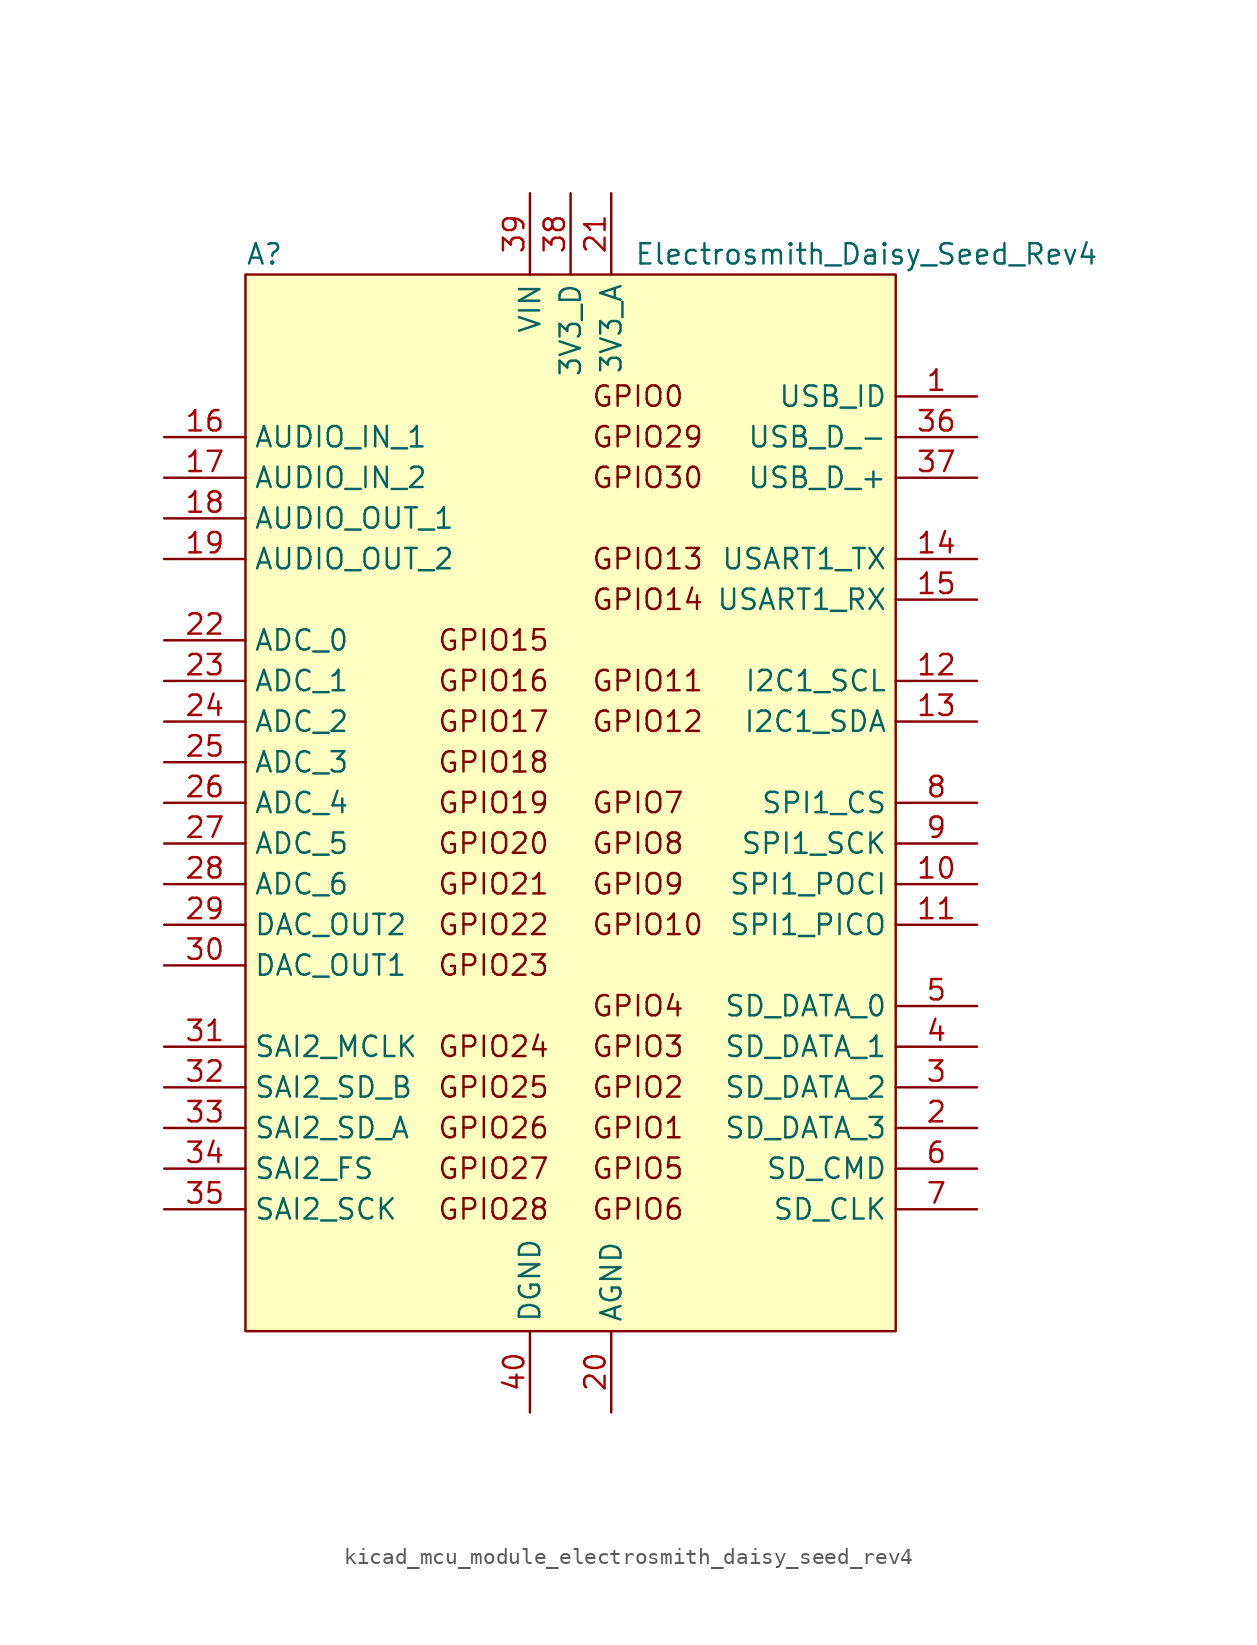
<source format=kicad_sym>
(kicad_symbol_lib
  (version 20220914)
  (generator kicad_symbol_editor)
  (symbol "kicad_mcu_module_electrosmith_daisy_seed_rev4"
    (property "Reference" "A"
      (at -20.32 34.29 0)
      (effects (font (size 1.27 1.27)) (justify left)))
    (property "Value" "Electrosmith_Daisy_Seed_Rev4"
      (at 33.02 34.29 0)
      (effects (font (size 1.27 1.27)) (justify right)))
    (symbol "kicad_mcu_module_electrosmith_daisy_seed_rev4_0_0"
      (text "GPIO0" (at 1.27 25.4 0) (effects (font (size 1.27 1.27)) (justify left)))
      (text "GPIO1" (at 1.27 -20.32 0) (effects (font (size 1.27 1.27)) (justify left)))
      (text "GPIO10" (at 1.27 -7.62 0) (effects (font (size 1.27 1.27)) (justify left)))
      (text "GPIO11" (at 1.27 7.62 0) (effects (font (size 1.27 1.27)) (justify left)))
      (text "GPIO12" (at 1.27 5.08 0) (effects (font (size 1.27 1.27)) (justify left)))
      (text "GPIO13" (at 1.27 15.24 0) (effects (font (size 1.27 1.27)) (justify left)))
      (text "GPIO14" (at 1.27 12.7 0) (effects (font (size 1.27 1.27)) (justify left)))
      (text "GPIO15" (at -1.27 10.16 0) (effects (font (size 1.27 1.27)) (justify right)))
      (text "GPIO16" (at -1.27 7.62 0) (effects (font (size 1.27 1.27)) (justify right)))
      (text "GPIO17" (at -1.27 5.08 0) (effects (font (size 1.27 1.27)) (justify right)))
      (text "GPIO18" (at -1.27 2.54 0) (effects (font (size 1.27 1.27)) (justify right)))
      (text "GPIO19" (at -1.27 0 0) (effects (font (size 1.27 1.27)) (justify right)))
      (text "GPIO2" (at 1.27 -17.78 0) (effects (font (size 1.27 1.27)) (justify left)))
      (text "GPIO20" (at -1.27 -2.54 0) (effects (font (size 1.27 1.27)) (justify right)))
      (text "GPIO21" (at -1.27 -5.08 0) (effects (font (size 1.27 1.27)) (justify right)))
      (text "GPIO22" (at -1.27 -7.62 0) (effects (font (size 1.27 1.27)) (justify right)))
      (text "GPIO23" (at -1.27 -10.16 0) (effects (font (size 1.27 1.27)) (justify right)))
      (text "GPIO24" (at -1.27 -15.24 0) (effects (font (size 1.27 1.27)) (justify right)))
      (text "GPIO25" (at -1.27 -17.78 0) (effects (font (size 1.27 1.27)) (justify right)))
      (text "GPIO26" (at -1.27 -20.32 0) (effects (font (size 1.27 1.27)) (justify right)))
      (text "GPIO27" (at -1.27 -22.86 0) (effects (font (size 1.27 1.27)) (justify right)))
      (text "GPIO28" (at -1.27 -25.4 0) (effects (font (size 1.27 1.27)) (justify right)))
      (text "GPIO29" (at 1.27 22.86 0) (effects (font (size 1.27 1.27)) (justify left)))
      (text "GPIO3" (at 1.27 -15.24 0) (effects (font (size 1.27 1.27)) (justify left)))
      (text "GPIO30" (at 1.27 20.32 0) (effects (font (size 1.27 1.27)) (justify left)))
      (text "GPIO4" (at 1.27 -12.7 0) (effects (font (size 1.27 1.27)) (justify left)))
      (text "GPIO5" (at 1.27 -22.86 0) (effects (font (size 1.27 1.27)) (justify left)))
      (text "GPIO6" (at 1.27 -25.4 0) (effects (font (size 1.27 1.27)) (justify left)))
      (text "GPIO7" (at 1.27 0 0) (effects (font (size 1.27 1.27)) (justify left)))
      (text "GPIO8" (at 1.27 -2.54 0) (effects (font (size 1.27 1.27)) (justify left)))
      (text "GPIO9" (at 1.27 -5.08 0) (effects (font (size 1.27 1.27)) (justify left)))
      (pin bidirectional line (at 25.4 25.4 180) (length 5.08) (name "USB_ID" (effects (font (size 1.27 1.27)))) (number "1" (effects (font (size 1.27 1.27)))))
      (pin bidirectional line (at 25.4 -5.08 180) (length 5.08) (name "SPI1_POCI" (effects (font (size 1.27 1.27)))) (number "10" (effects (font (size 1.27 1.27)))))
      (pin bidirectional line (at 25.4 -7.62 180) (length 5.08) (name "SPI1_PICO" (effects (font (size 1.27 1.27)))) (number "11" (effects (font (size 1.27 1.27)))))
      (pin bidirectional line (at 25.4 7.62 180) (length 5.08) (name "I2C1_SCL" (effects (font (size 1.27 1.27)))) (number "12" (effects (font (size 1.27 1.27)))))
      (pin bidirectional line (at 25.4 5.08 180) (length 5.08) (name "I2C1_SDA" (effects (font (size 1.27 1.27)))) (number "13" (effects (font (size 1.27 1.27)))))
      (pin bidirectional line (at 25.4 15.24 180) (length 5.08) (name "USART1_TX" (effects (font (size 1.27 1.27)))) (number "14" (effects (font (size 1.27 1.27)))))
      (pin bidirectional line (at 25.4 12.7 180) (length 5.08) (name "USART1_RX" (effects (font (size 1.27 1.27)))) (number "15" (effects (font (size 1.27 1.27)))))
      (pin input line (at -25.4 22.86 0) (length 5.08) (name "AUDIO_IN_1" (effects (font (size 1.27 1.27)))) (number "16" (effects (font (size 1.27 1.27)))))
      (pin input line (at -25.4 20.32 0) (length 5.08) (name "AUDIO_IN_2" (effects (font (size 1.27 1.27)))) (number "17" (effects (font (size 1.27 1.27)))))
      (pin output line (at -25.4 17.78 0) (length 5.08) (name "AUDIO_OUT_1" (effects (font (size 1.27 1.27)))) (number "18" (effects (font (size 1.27 1.27)))))
      (pin output line (at -25.4 15.24 0) (length 5.08) (name "AUDIO_OUT_2" (effects (font (size 1.27 1.27)))) (number "19" (effects (font (size 1.27 1.27)))))
      (pin bidirectional line (at 25.4 -20.32 180) (length 5.08) (name "SD_DATA_3" (effects (font (size 1.27 1.27)))) (number "2" (effects (font (size 1.27 1.27)))))
      (pin power_in line (at 2.54 -38.1 90) (length 5.08) (name "AGND" (effects (font (size 1.27 1.27)))) (number "20" (effects (font (size 1.27 1.27)))))
      (pin power_out line (at 2.54 38.1 270) (length 5.08) (name "3V3_A" (effects (font (size 1.27 1.27)))) (number "21" (effects (font (size 1.27 1.27)))))
      (pin bidirectional line (at -25.4 10.16 0) (length 5.08) (name "ADC_0" (effects (font (size 1.27 1.27)))) (number "22" (effects (font (size 1.27 1.27)))))
      (pin bidirectional line (at -25.4 7.62 0) (length 5.08) (name "ADC_1" (effects (font (size 1.27 1.27)))) (number "23" (effects (font (size 1.27 1.27)))))
      (pin bidirectional line (at -25.4 5.08 0) (length 5.08) (name "ADC_2" (effects (font (size 1.27 1.27)))) (number "24" (effects (font (size 1.27 1.27)))))
      (pin bidirectional line (at -25.4 2.54 0) (length 5.08) (name "ADC_3" (effects (font (size 1.27 1.27)))) (number "25" (effects (font (size 1.27 1.27)))))
      (pin bidirectional line (at -25.4 0 0) (length 5.08) (name "ADC_4" (effects (font (size 1.27 1.27)))) (number "26" (effects (font (size 1.27 1.27)))))
      (pin bidirectional line (at -25.4 -2.54 0) (length 5.08) (name "ADC_5" (effects (font (size 1.27 1.27)))) (number "27" (effects (font (size 1.27 1.27)))))
      (pin bidirectional line (at -25.4 -5.08 0) (length 5.08) (name "ADC_6" (effects (font (size 1.27 1.27)))) (number "28" (effects (font (size 1.27 1.27)))))
      (pin bidirectional line (at -25.4 -7.62 0) (length 5.08) (name "DAC_OUT2" (effects (font (size 1.27 1.27)))) (number "29" (effects (font (size 1.27 1.27)))))
      (pin bidirectional line (at 25.4 -17.78 180) (length 5.08) (name "SD_DATA_2" (effects (font (size 1.27 1.27)))) (number "3" (effects (font (size 1.27 1.27)))))
      (pin bidirectional line (at -25.4 -10.16 0) (length 5.08) (name "DAC_OUT1" (effects (font (size 1.27 1.27)))) (number "30" (effects (font (size 1.27 1.27)))))
      (pin bidirectional line (at -25.4 -15.24 0) (length 5.08) (name "SAI2_MCLK" (effects (font (size 1.27 1.27)))) (number "31" (effects (font (size 1.27 1.27)))))
      (pin bidirectional line (at -25.4 -17.78 0) (length 5.08) (name "SAI2_SD_B" (effects (font (size 1.27 1.27)))) (number "32" (effects (font (size 1.27 1.27)))))
      (pin bidirectional line (at -25.4 -20.32 0) (length 5.08) (name "SAI2_SD_A" (effects (font (size 1.27 1.27)))) (number "33" (effects (font (size 1.27 1.27)))))
      (pin bidirectional line (at -25.4 -22.86 0) (length 5.08) (name "SAI2_FS" (effects (font (size 1.27 1.27)))) (number "34" (effects (font (size 1.27 1.27)))))
      (pin bidirectional line (at -25.4 -25.4 0) (length 5.08) (name "SAI2_SCK" (effects (font (size 1.27 1.27)))) (number "35" (effects (font (size 1.27 1.27)))))
      (pin bidirectional line (at 25.4 22.86 180) (length 5.08) (name "USB_D_-" (effects (font (size 1.27 1.27)))) (number "36" (effects (font (size 1.27 1.27)))))
      (pin bidirectional line (at 25.4 20.32 180) (length 5.08) (name "USB_D_+" (effects (font (size 1.27 1.27)))) (number "37" (effects (font (size 1.27 1.27)))))
      (pin power_out line (at 0 38.1 270) (length 5.08) (name "3V3_D" (effects (font (size 1.27 1.27)))) (number "38" (effects (font (size 1.27 1.27)))))
      (pin power_in line (at -2.54 38.1 270) (length 5.08) (name "VIN" (effects (font (size 1.27 1.27)))) (number "39" (effects (font (size 1.27 1.27)))))
      (pin bidirectional line (at 25.4 -15.24 180) (length 5.08) (name "SD_DATA_1" (effects (font (size 1.27 1.27)))) (number "4" (effects (font (size 1.27 1.27)))))
      (pin power_in line (at -2.54 -38.1 90) (length 5.08) (name "DGND" (effects (font (size 1.27 1.27)))) (number "40" (effects (font (size 1.27 1.27)))))
      (pin bidirectional line (at 25.4 -12.7 180) (length 5.08) (name "SD_DATA_0" (effects (font (size 1.27 1.27)))) (number "5" (effects (font (size 1.27 1.27)))))
      (pin bidirectional line (at 25.4 -22.86 180) (length 5.08) (name "SD_CMD" (effects (font (size 1.27 1.27)))) (number "6" (effects (font (size 1.27 1.27)))))
      (pin bidirectional line (at 25.4 -25.4 180) (length 5.08) (name "SD_CLK" (effects (font (size 1.27 1.27)))) (number "7" (effects (font (size 1.27 1.27)))))
      (pin bidirectional line (at 25.4 0 180) (length 5.08) (name "SPI1_CS" (effects (font (size 1.27 1.27)))) (number "8" (effects (font (size 1.27 1.27)))))
      (pin bidirectional line (at 25.4 -2.54 180) (length 5.08) (name "SPI1_SCK" (effects (font (size 1.27 1.27)))) (number "9" (effects (font (size 1.27 1.27))))))
    (symbol "kicad_mcu_module_electrosmith_daisy_seed_rev4_0_1"
      (rectangle (start -20.32 33.02) (end 20.32 -33.02) (stroke (width 0) (type default)) (fill (type background))))))
</source>
